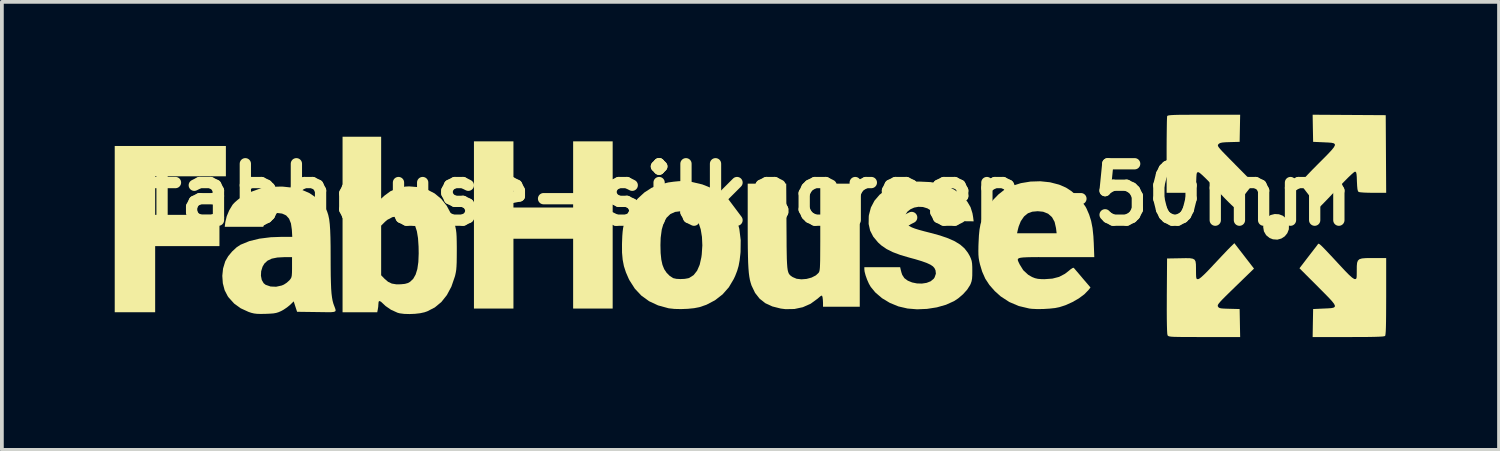
<source format=kicad_pcb>
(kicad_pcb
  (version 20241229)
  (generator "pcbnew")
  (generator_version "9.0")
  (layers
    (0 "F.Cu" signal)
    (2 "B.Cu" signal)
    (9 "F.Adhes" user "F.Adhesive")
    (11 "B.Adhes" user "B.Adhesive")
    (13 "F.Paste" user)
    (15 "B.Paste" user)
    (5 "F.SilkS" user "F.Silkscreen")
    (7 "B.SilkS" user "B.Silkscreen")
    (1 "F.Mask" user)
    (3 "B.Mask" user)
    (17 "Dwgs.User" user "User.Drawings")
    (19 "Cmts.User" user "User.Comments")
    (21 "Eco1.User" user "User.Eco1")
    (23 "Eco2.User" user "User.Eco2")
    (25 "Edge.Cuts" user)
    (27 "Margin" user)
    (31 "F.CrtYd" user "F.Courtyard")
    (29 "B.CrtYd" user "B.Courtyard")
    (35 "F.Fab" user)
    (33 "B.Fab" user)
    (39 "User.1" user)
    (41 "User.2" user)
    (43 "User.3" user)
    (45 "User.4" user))
  (footprint "fabhouse-silkscreen-50mm"
    (layer "F.Cu")
    (at 16.901 2.125)
    (property "Reference" "fabhouse-silkscreen-50mm" (at 0 0 0) (layer "F.SilkS") (effects (font (size 1.5 1.5) (thickness 0.3))))
    (attr board_only exclude_from_pos_files exclude_from_bom)
    (fp_poly (pts (xy -13.946 -0.891) (xy -13.946 -0.488) (xy -14.886 -0.488) (xy -15.826 -0.488) (xy -15.826 0.024) (xy -15.826 0.537) (xy -14.971 0.537) (xy -14.117 0.537) (xy -14.117 0.953) (xy -14.117 1.368) (xy -14.971 1.368) (xy -15.826 1.368) (xy -15.826 2.247) (xy -15.826 3.126) (xy -16.363 3.126) (xy -16.901 3.126) (xy -16.901 0.916) (xy -16.901 -1.294) (xy -15.423 -1.294) (xy -13.946 -1.294)) (stroke (width 0) (type solid)) (fill yes) (layer "F.SilkS"))
    (fp_poly (pts (xy 14.049 0.521) (xy 14.153 0.56) (xy 14.24 0.632) (xy 14.277 0.688) (xy 14.316 0.808) (xy 14.313 0.922) (xy 14.273 1.024) (xy 14.205 1.108) (xy 14.114 1.167) (xy 14.007 1.196) (xy 13.89 1.187) (xy 13.801 1.152) (xy 13.709 1.077) (xy 13.651 0.976) (xy 13.631 0.858) (xy 13.651 0.736) (xy 13.667 0.694) (xy 13.735 0.602) (xy 13.829 0.542) (xy 13.937 0.515)) (stroke (width 0) (type solid)) (fill yes) (layer "F.SilkS"))
    (fp_poly (pts (xy -6.301 -0.537) (xy -6.301 0.342) (xy -5.507 0.342) (xy -4.714 0.342) (xy -4.714 -0.537) (xy -4.714 -1.417) (xy -4.189 -1.417) (xy -3.663 -1.417) (xy -3.663 0.806) (xy -3.663 3.028) (xy -4.189 3.028) (xy -4.714 3.028) (xy -4.714 2.1) (xy -4.714 1.172) (xy -5.507 1.172) (xy -6.301 1.172) (xy -6.301 2.1) (xy -6.301 3.028) (xy -6.826 3.028) (xy -7.351 3.028) (xy -7.351 0.806) (xy -7.351 -1.417) (xy -6.826 -1.417) (xy -6.301 -1.417)) (stroke (width 0) (type solid)) (fill yes) (layer "F.SilkS"))
    (fp_poly (pts (xy 15.917 -2.119) (xy 16.889 -2.113) (xy 16.895 -1.081) (xy 16.901 -0.049) (xy 16.553 -0.049) (xy 16.425 -0.051) (xy 16.313 -0.055) (xy 16.226 -0.062) (xy 16.175 -0.07) (xy 16.168 -0.073) (xy 16.15 -0.097) (xy 16.137 -0.147) (xy 16.129 -0.232) (xy 16.123 -0.353) (xy 16.119 -0.469) (xy 16.113 -0.543) (xy 16.104 -0.586) (xy 16.09 -0.606) (xy 16.07 -0.611) (xy 16.041 -0.593) (xy 15.982 -0.542) (xy 15.898 -0.463) (xy 15.793 -0.357) (xy 15.67 -0.229) (xy 15.58 -0.134) (xy 15.461 -0.008) (xy 15.353 0.106) (xy 15.26 0.202) (xy 15.187 0.277) (xy 15.137 0.325) (xy 15.117 0.342) (xy 15.097 0.324) (xy 15.053 0.273) (xy 14.99 0.197) (xy 14.915 0.102) (xy 14.869 0.043) (xy 14.788 -0.063) (xy 14.716 -0.157) (xy 14.66 -0.231) (xy 14.626 -0.278) (xy 14.618 -0.29) (xy 14.624 -0.313) (xy 14.658 -0.36) (xy 14.721 -0.433) (xy 14.815 -0.534) (xy 14.941 -0.665) (xy 15.084 -0.809) (xy 15.239 -0.964) (xy 15.361 -1.088) (xy 15.45 -1.184) (xy 15.509 -1.257) (xy 15.537 -1.309) (xy 15.536 -1.344) (xy 15.506 -1.366) (xy 15.449 -1.379) (xy 15.365 -1.386) (xy 15.256 -1.391) (xy 15.237 -1.392) (xy 14.959 -1.404) (xy 14.952 -1.765) (xy 14.946 -2.125)) (stroke (width 0) (type solid)) (fill yes) (layer "F.SilkS"))
    (fp_poly (pts (xy 13.126 1.628) (xy 13.387 1.966) (xy 12.894 2.444) (xy 12.749 2.585) (xy 12.636 2.696) (xy 12.551 2.781) (xy 12.491 2.845) (xy 12.452 2.892) (xy 12.43 2.925) (xy 12.423 2.949) (xy 12.425 2.967) (xy 12.429 2.974) (xy 12.445 2.997) (xy 12.47 3.013) (xy 12.513 3.023) (xy 12.584 3.029) (xy 12.692 3.033) (xy 12.731 3.034) (xy 13.005 3.041) (xy 13.012 3.413) (xy 13.019 3.786) (xy 12.066 3.786) (xy 11.826 3.785) (xy 11.629 3.785) (xy 11.472 3.784) (xy 11.35 3.782) (xy 11.258 3.78) (xy 11.192 3.776) (xy 11.147 3.77) (xy 11.119 3.763) (xy 11.102 3.754) (xy 11.092 3.743) (xy 11.089 3.738) (xy 11.081 3.698) (xy 11.076 3.611) (xy 11.072 3.475) (xy 11.069 3.291) (xy 11.068 3.06) (xy 11.069 2.783) (xy 11.069 2.694) (xy 11.076 1.697) (xy 11.421 1.691) (xy 11.574 1.688) (xy 11.685 1.69) (xy 11.761 1.703) (xy 11.808 1.73) (xy 11.833 1.777) (xy 11.843 1.849) (xy 11.845 1.952) (xy 11.845 2.004) (xy 11.846 2.115) (xy 11.849 2.185) (xy 11.856 2.225) (xy 11.87 2.242) (xy 11.892 2.247) (xy 11.9 2.247) (xy 11.932 2.234) (xy 11.984 2.195) (xy 12.058 2.127) (xy 12.158 2.027) (xy 12.286 1.892) (xy 12.302 1.874) (xy 12.414 1.755) (xy 12.522 1.64) (xy 12.619 1.538) (xy 12.698 1.455) (xy 12.752 1.401) (xy 12.756 1.396) (xy 12.865 1.29)) (stroke (width 0) (type solid)) (fill yes) (layer "F.SilkS"))
    (fp_poly (pts (xy 15.116 1.308) (xy 15.139 1.324) (xy 15.173 1.353) (xy 15.222 1.401) (xy 15.288 1.469) (xy 15.375 1.561) (xy 15.486 1.679) (xy 15.623 1.827) (xy 15.791 2.007) (xy 15.801 2.018) (xy 15.909 2.128) (xy 15.992 2.203) (xy 16.049 2.24) (xy 16.064 2.244) (xy 16.09 2.243) (xy 16.106 2.231) (xy 16.115 2.199) (xy 16.118 2.137) (xy 16.119 2.038) (xy 16.119 2.015) (xy 16.12 1.898) (xy 16.128 1.812) (xy 16.149 1.754) (xy 16.19 1.716) (xy 16.257 1.696) (xy 16.357 1.687) (xy 16.497 1.685) (xy 16.559 1.685) (xy 16.901 1.685) (xy 16.901 2.706) (xy 16.9 2.975) (xy 16.899 3.199) (xy 16.897 3.38) (xy 16.894 3.521) (xy 16.89 3.627) (xy 16.884 3.699) (xy 16.878 3.742) (xy 16.871 3.756) (xy 16.85 3.764) (xy 16.8 3.771) (xy 16.72 3.776) (xy 16.605 3.78) (xy 16.452 3.783) (xy 16.259 3.785) (xy 16.022 3.785) (xy 15.894 3.786) (xy 14.946 3.786) (xy 14.952 3.413) (xy 14.959 3.041) (xy 15.237 3.028) (xy 15.35 3.023) (xy 15.438 3.017) (xy 15.499 3.005) (xy 15.533 2.984) (xy 15.538 2.951) (xy 15.515 2.902) (xy 15.461 2.833) (xy 15.377 2.741) (xy 15.26 2.622) (xy 15.11 2.471) (xy 15.083 2.444) (xy 14.596 1.957) (xy 14.814 1.672) (xy 14.895 1.567) (xy 14.969 1.471) (xy 15.028 1.395) (xy 15.066 1.345) (xy 15.073 1.335) (xy 15.083 1.321) (xy 15.091 1.31) (xy 15.101 1.305)) (stroke (width 0) (type solid)) (fill yes) (layer "F.SilkS"))
    (fp_poly (pts (xy 0.958 0.849) (xy 0.96 1.126) (xy 0.961 1.359) (xy 0.964 1.551) (xy 0.967 1.707) (xy 0.973 1.832) (xy 0.98 1.929) (xy 0.99 2.004) (xy 1.004 2.059) (xy 1.021 2.1) (xy 1.043 2.13) (xy 1.069 2.155) (xy 1.101 2.177) (xy 1.121 2.191) (xy 1.227 2.236) (xy 1.355 2.251) (xy 1.493 2.24) (xy 1.626 2.204) (xy 1.739 2.146) (xy 1.807 2.083) (xy 1.819 2.067) (xy 1.828 2.048) (xy 1.836 2.021) (xy 1.842 1.982) (xy 1.847 1.927) (xy 1.85 1.851) (xy 1.853 1.75) (xy 1.854 1.62) (xy 1.855 1.457) (xy 1.856 1.255) (xy 1.856 1.012) (xy 1.856 0.864) (xy 1.856 -0.293) (xy 2.381 -0.293) (xy 2.906 -0.293) (xy 2.906 1.343) (xy 2.906 2.98) (xy 2.418 2.98) (xy 1.929 2.98) (xy 1.929 2.876) (xy 1.925 2.796) (xy 1.917 2.729) (xy 1.914 2.717) (xy 1.904 2.69) (xy 1.888 2.684) (xy 1.856 2.704) (xy 1.8 2.752) (xy 1.784 2.766) (xy 1.6 2.9) (xy 1.393 2.992) (xy 1.169 3.04) (xy 0.931 3.044) (xy 0.806 3.028) (xy 0.583 2.972) (xy 0.396 2.886) (xy 0.244 2.766) (xy 0.123 2.612) (xy 0.031 2.42) (xy 0.028 2.413) (xy 0.006 2.344) (xy -0.014 2.269) (xy -0.03 2.182) (xy -0.043 2.081) (xy -0.053 1.959) (xy -0.061 1.812) (xy -0.066 1.637) (xy -0.07 1.427) (xy -0.072 1.18) (xy -0.073 0.889) (xy -0.073 0.788) (xy -0.073 -0.293) (xy 0.439 -0.293) (xy 0.951 -0.293)) (stroke (width 0) (type solid)) (fill yes) (layer "F.SilkS"))
    (fp_poly (pts (xy 13.012 -1.765) (xy 13.005 -1.404) (xy 12.746 -1.397) (xy 12.626 -1.393) (xy 12.546 -1.386) (xy 12.494 -1.375) (xy 12.46 -1.358) (xy 12.442 -1.342) (xy 12.431 -1.327) (xy 12.426 -1.31) (xy 12.432 -1.288) (xy 12.452 -1.256) (xy 12.489 -1.211) (xy 12.547 -1.147) (xy 12.63 -1.062) (xy 12.739 -0.95) (xy 12.88 -0.808) (xy 12.888 -0.799) (xy 13.378 -0.305) (xy 13.131 0.01) (xy 13.046 0.117) (xy 12.971 0.209) (xy 12.911 0.279) (xy 12.871 0.323) (xy 12.859 0.333) (xy 12.836 0.318) (xy 12.785 0.271) (xy 12.71 0.198) (xy 12.616 0.103) (xy 12.508 -0.01) (xy 12.395 -0.129) (xy 12.238 -0.295) (xy 12.11 -0.426) (xy 12.012 -0.52) (xy 11.944 -0.578) (xy 11.908 -0.598) (xy 11.907 -0.598) (xy 11.884 -0.595) (xy 11.869 -0.578) (xy 11.86 -0.54) (xy 11.855 -0.471) (xy 11.851 -0.362) (xy 11.85 -0.356) (xy 11.845 -0.249) (xy 11.836 -0.159) (xy 11.824 -0.098) (xy 11.817 -0.081) (xy 11.791 -0.067) (xy 11.736 -0.058) (xy 11.647 -0.052) (xy 11.517 -0.049) (xy 11.427 -0.049) (xy 11.064 -0.049) (xy 11.064 -1.048) (xy 11.064 -1.266) (xy 11.065 -1.469) (xy 11.067 -1.652) (xy 11.069 -1.81) (xy 11.071 -1.937) (xy 11.074 -2.029) (xy 11.077 -2.079) (xy 11.078 -2.086) (xy 11.086 -2.096) (xy 11.105 -2.104) (xy 11.139 -2.11) (xy 11.193 -2.115) (xy 11.27 -2.119) (xy 11.376 -2.122) (xy 11.515 -2.123) (xy 11.692 -2.124) (xy 11.91 -2.125) (xy 12.056 -2.125) (xy 13.019 -2.125)) (stroke (width 0) (type solid)) (fill yes) (layer "F.SilkS"))
    (fp_poly (pts (xy -9.818 -0.716) (xy -9.818 0.107) (xy -9.739 0.033) (xy -9.573 -0.09) (xy -9.381 -0.173) (xy -9.171 -0.215) (xy -9.072 -0.22) (xy -8.821 -0.199) (xy -8.595 -0.136) (xy -8.395 -0.032) (xy -8.221 0.112) (xy -8.074 0.297) (xy -7.954 0.522) (xy -7.862 0.787) (xy -7.86 0.794) (xy -7.842 0.868) (xy -7.828 0.939) (xy -7.818 1.018) (xy -7.812 1.113) (xy -7.809 1.233) (xy -7.807 1.388) (xy -7.807 1.49) (xy -7.808 1.667) (xy -7.81 1.805) (xy -7.815 1.912) (xy -7.822 1.998) (xy -7.834 2.072) (xy -7.849 2.142) (xy -7.86 2.182) (xy -7.951 2.446) (xy -8.071 2.67) (xy -8.217 2.854) (xy -8.391 2.998) (xy -8.591 3.101) (xy -8.666 3.127) (xy -8.78 3.152) (xy -8.918 3.168) (xy -9.065 3.174) (xy -9.205 3.17) (xy -9.322 3.155) (xy -9.38 3.14) (xy -9.558 3.059) (xy -9.7 2.961) (xy -9.755 2.909) (xy -9.821 2.848) (xy -9.863 2.827) (xy -9.885 2.846) (xy -9.891 2.905) (xy -9.896 2.981) (xy -9.907 3.05) (xy -9.922 3.126) (xy -10.383 3.126) (xy -10.844 3.126) (xy -10.844 2.143) (xy -9.818 2.143) (xy -9.725 2.239) (xy -9.634 2.317) (xy -9.535 2.364) (xy -9.416 2.384) (xy -9.299 2.383) (xy -9.187 2.372) (xy -9.105 2.349) (xy -9.049 2.317) (xy -8.966 2.238) (xy -8.902 2.126) (xy -8.856 1.978) (xy -8.829 1.791) (xy -8.82 1.563) (xy -8.823 1.382) (xy -8.838 1.156) (xy -8.868 0.974) (xy -8.914 0.831) (xy -8.977 0.723) (xy -9.061 0.647) (xy -9.167 0.597) (xy -9.205 0.587) (xy -9.368 0.57) (xy -9.521 0.599) (xy -9.657 0.671) (xy -9.714 0.72) (xy -9.818 0.824) (xy -9.818 1.484) (xy -9.818 2.143) (xy -10.844 2.143) (xy -10.844 0.794) (xy -10.844 -1.539) (xy -10.331 -1.539) (xy -9.818 -1.539)) (stroke (width 0) (type solid)) (fill yes) (layer "F.SilkS"))
    (fp_poly (pts (xy -1.701 -0.358) (xy -1.595 -0.344) (xy -1.551 -0.336) (xy -1.28 -0.272) (xy -1.046 -0.178) (xy -0.845 -0.052) (xy -0.675 0.107) (xy -0.635 0.153) (xy -0.485 0.378) (xy -0.371 0.631) (xy -0.296 0.91) (xy -0.259 1.209) (xy -0.263 1.524) (xy -0.268 1.575) (xy -0.288 1.75) (xy -0.315 1.895) (xy -0.353 2.025) (xy -0.406 2.161) (xy -0.445 2.244) (xy -0.575 2.463) (xy -0.742 2.652) (xy -0.943 2.808) (xy -1.172 2.928) (xy -1.357 2.991) (xy -1.497 3.018) (xy -1.666 3.035) (xy -1.846 3.042) (xy -2.019 3.038) (xy -2.167 3.022) (xy -2.186 3.018) (xy -2.456 2.944) (xy -2.694 2.833) (xy -2.9 2.684) (xy -3.073 2.5) (xy -3.215 2.278) (xy -3.237 2.235) (xy -3.311 2.065) (xy -3.364 1.901) (xy -3.397 1.731) (xy -3.414 1.542) (xy -3.415 1.341) (xy -2.393 1.341) (xy -2.388 1.553) (xy -2.37 1.726) (xy -2.34 1.864) (xy -2.295 1.977) (xy -2.295 1.978) (xy -2.229 2.077) (xy -2.144 2.162) (xy -2.055 2.218) (xy -2.052 2.22) (xy -1.969 2.238) (xy -1.862 2.244) (xy -1.749 2.239) (xy -1.654 2.222) (xy -1.627 2.213) (xy -1.511 2.139) (xy -1.419 2.023) (xy -1.35 1.865) (xy -1.305 1.665) (xy -1.295 1.591) (xy -1.279 1.349) (xy -1.289 1.124) (xy -1.322 0.923) (xy -1.378 0.751) (xy -1.455 0.615) (xy -1.506 0.557) (xy -1.593 0.491) (xy -1.692 0.454) (xy -1.818 0.44) (xy -1.852 0.44) (xy -2.003 0.459) (xy -2.129 0.516) (xy -2.23 0.613) (xy -2.306 0.75) (xy -2.358 0.928) (xy -2.387 1.147) (xy -2.393 1.341) (xy -3.415 1.341) (xy -3.415 1.322) (xy -3.413 1.247) (xy -3.407 1.097) (xy -3.398 0.983) (xy -3.386 0.89) (xy -3.368 0.807) (xy -3.342 0.72) (xy -3.329 0.681) (xy -3.255 0.491) (xy -3.174 0.334) (xy -3.076 0.195) (xy -2.993 0.101) (xy -2.821 -0.057) (xy -2.633 -0.179) (xy -2.423 -0.266) (xy -2.183 -0.325) (xy -2.038 -0.345) (xy -1.903 -0.358) (xy -1.797 -0.362)) (stroke (width 0) (type solid)) (fill yes) (layer "F.SilkS"))
    (fp_poly (pts (xy 7.964 -0.329) (xy 8.207 -0.266) (xy 8.389 -0.187) (xy 8.531 -0.095) (xy 8.673 0.029) (xy 8.802 0.171) (xy 8.905 0.315) (xy 8.933 0.366) (xy 9.004 0.529) (xy 9.057 0.698) (xy 9.094 0.887) (xy 9.117 1.105) (xy 9.127 1.288) (xy 9.141 1.661) (xy 8.124 1.661) (xy 7.868 1.661) (xy 7.657 1.66) (xy 7.487 1.661) (xy 7.354 1.664) (xy 7.254 1.669) (xy 7.183 1.677) (xy 7.138 1.689) (xy 7.113 1.707) (xy 7.106 1.73) (xy 7.113 1.759) (xy 7.129 1.796) (xy 7.151 1.841) (xy 7.158 1.856) (xy 7.253 2.009) (xy 7.384 2.13) (xy 7.486 2.189) (xy 7.563 2.22) (xy 7.642 2.238) (xy 7.74 2.246) (xy 7.817 2.247) (xy 8.027 2.232) (xy 8.205 2.186) (xy 8.36 2.105) (xy 8.452 2.034) (xy 8.516 1.981) (xy 8.567 1.949) (xy 8.594 1.944) (xy 8.594 1.944) (xy 8.616 1.97) (xy 8.664 2.026) (xy 8.73 2.103) (xy 8.808 2.195) (xy 8.826 2.217) (xy 9.04 2.467) (xy 8.983 2.54) (xy 8.875 2.65) (xy 8.73 2.758) (xy 8.559 2.856) (xy 8.375 2.939) (xy 8.217 2.99) (xy 8.1 3.014) (xy 7.95 3.03) (xy 7.786 3.04) (xy 7.624 3.042) (xy 7.48 3.035) (xy 7.413 3.027) (xy 7.135 2.961) (xy 6.882 2.854) (xy 6.652 2.704) (xy 6.497 2.565) (xy 6.353 2.402) (xy 6.243 2.234) (xy 6.16 2.046) (xy 6.102 1.853) (xy 6.082 1.766) (xy 6.068 1.685) (xy 6.061 1.6) (xy 6.059 1.497) (xy 6.061 1.364) (xy 6.064 1.284) (xy 6.074 1.087) (xy 6.08 1.026) (xy 7.088 1.026) (xy 7.614 1.026) (xy 8.14 1.026) (xy 8.123 0.887) (xy 8.086 0.724) (xy 8.016 0.597) (xy 7.914 0.507) (xy 7.781 0.454) (xy 7.638 0.44) (xy 7.492 0.453) (xy 7.377 0.495) (xy 7.283 0.571) (xy 7.267 0.589) (xy 7.187 0.706) (xy 7.132 0.844) (xy 7.11 0.926) (xy 7.088 1.026) (xy 6.08 1.026) (xy 6.09 0.927) (xy 6.115 0.79) (xy 6.152 0.663) (xy 6.203 0.535) (xy 6.247 0.441) (xy 6.34 0.284) (xy 6.461 0.129) (xy 6.597 -0.01) (xy 6.734 -0.117) (xy 6.736 -0.119) (xy 6.95 -0.23) (xy 7.19 -0.306) (xy 7.446 -0.348) (xy 7.707 -0.356)) (stroke (width 0) (type solid)) (fill yes) (layer "F.SilkS"))
    (fp_poly (pts (xy 4.785 -0.334) (xy 5.028 -0.294) (xy 5.24 -0.225) (xy 5.428 -0.126) (xy 5.598 0.005) (xy 5.644 0.048) (xy 5.767 0.189) (xy 5.851 0.332) (xy 5.902 0.494) (xy 5.919 0.593) (xy 5.934 0.709) (xy 5.416 0.703) (xy 4.898 0.696) (xy 4.883 0.611) (xy 4.852 0.499) (xy 4.797 0.422) (xy 4.707 0.366) (xy 4.706 0.365) (xy 4.585 0.328) (xy 4.465 0.323) (xy 4.352 0.344) (xy 4.253 0.389) (xy 4.174 0.451) (xy 4.121 0.528) (xy 4.099 0.613) (xy 4.116 0.703) (xy 4.154 0.767) (xy 4.19 0.806) (xy 4.234 0.84) (xy 4.292 0.871) (xy 4.372 0.902) (xy 4.481 0.936) (xy 4.624 0.975) (xy 4.777 1.014) (xy 5.038 1.085) (xy 5.255 1.16) (xy 5.433 1.24) (xy 5.577 1.329) (xy 5.691 1.429) (xy 5.78 1.544) (xy 5.83 1.631) (xy 5.861 1.7) (xy 5.881 1.762) (xy 5.892 1.83) (xy 5.897 1.92) (xy 5.898 2.027) (xy 5.897 2.15) (xy 5.891 2.237) (xy 5.878 2.304) (xy 5.857 2.365) (xy 5.838 2.406) (xy 5.761 2.526) (xy 5.651 2.648) (xy 5.522 2.758) (xy 5.411 2.831) (xy 5.199 2.927) (xy 4.956 2.996) (xy 4.695 3.037) (xy 4.429 3.048) (xy 4.176 3.027) (xy 3.934 2.971) (xy 3.705 2.877) (xy 3.497 2.752) (xy 3.319 2.599) (xy 3.198 2.452) (xy 3.149 2.367) (xy 3.101 2.259) (xy 3.061 2.147) (xy 3.035 2.048) (xy 3.028 1.991) (xy 3.028 1.929) (xy 3.504 1.929) (xy 3.98 1.929) (xy 3.995 1.997) (xy 4.015 2.073) (xy 4.035 2.132) (xy 4.092 2.22) (xy 4.183 2.287) (xy 4.298 2.334) (xy 4.426 2.36) (xy 4.558 2.364) (xy 4.683 2.345) (xy 4.791 2.303) (xy 4.872 2.236) (xy 4.896 2.199) (xy 4.93 2.101) (xy 4.92 2.011) (xy 4.892 1.952) (xy 4.852 1.907) (xy 4.785 1.862) (xy 4.687 1.816) (xy 4.552 1.768) (xy 4.377 1.715) (xy 4.225 1.674) (xy 3.984 1.603) (xy 3.784 1.528) (xy 3.62 1.446) (xy 3.483 1.352) (xy 3.394 1.272) (xy 3.264 1.116) (xy 3.181 0.954) (xy 3.142 0.779) (xy 3.145 0.584) (xy 3.149 0.545) (xy 3.202 0.342) (xy 3.297 0.161) (xy 3.433 0.002) (xy 3.609 -0.131) (xy 3.823 -0.239) (xy 4.03 -0.307) (xy 4.138 -0.329) (xy 4.267 -0.342) (xy 4.43 -0.347) (xy 4.506 -0.347)) (stroke (width 0) (type solid)) (fill yes) (layer "F.SilkS"))
    (fp_poly (pts (xy -12.426 -0.213) (xy -12.157 -0.184) (xy -11.924 -0.127) (xy -11.722 -0.04) (xy -11.548 0.079) (xy -11.476 0.146) (xy -11.404 0.221) (xy -11.343 0.293) (xy -11.294 0.367) (xy -11.254 0.448) (xy -11.224 0.541) (xy -11.2 0.652) (xy -11.184 0.785) (xy -11.173 0.947) (xy -11.166 1.142) (xy -11.162 1.375) (xy -11.161 1.651) (xy -11.161 1.661) (xy -11.16 1.93) (xy -11.158 2.156) (xy -11.153 2.344) (xy -11.147 2.498) (xy -11.138 2.624) (xy -11.125 2.728) (xy -11.11 2.814) (xy -11.091 2.888) (xy -11.074 2.936) (xy -11.05 2.999) (xy -11.033 3.047) (xy -11.028 3.081) (xy -11.041 3.104) (xy -11.078 3.117) (xy -11.142 3.124) (xy -11.241 3.125) (xy -11.379 3.123) (xy -11.531 3.121) (xy -12.053 3.114) (xy -12.098 2.976) (xy -12.143 2.837) (xy -12.24 2.932) (xy -12.32 2.997) (xy -12.417 3.062) (xy -12.476 3.094) (xy -12.544 3.124) (xy -12.608 3.144) (xy -12.681 3.157) (xy -12.777 3.164) (xy -12.895 3.169) (xy -13.025 3.171) (xy -13.12 3.168) (xy -13.196 3.159) (xy -13.268 3.142) (xy -13.343 3.117) (xy -13.552 3.021) (xy -13.725 2.896) (xy -13.871 2.735) (xy -13.897 2.699) (xy -13.979 2.54) (xy -14.027 2.357) (xy -14.041 2.161) (xy -14.041 2.157) (xy -13.014 2.157) (xy -12.992 2.267) (xy -12.942 2.354) (xy -12.889 2.397) (xy -12.757 2.442) (xy -12.61 2.448) (xy -12.463 2.416) (xy -12.404 2.391) (xy -12.327 2.341) (xy -12.257 2.277) (xy -12.251 2.271) (xy -12.223 2.234) (xy -12.204 2.197) (xy -12.194 2.149) (xy -12.189 2.079) (xy -12.187 1.975) (xy -12.187 1.928) (xy -12.187 1.661) (xy -12.389 1.661) (xy -12.577 1.671) (xy -12.726 1.701) (xy -12.839 1.755) (xy -12.923 1.833) (xy -12.971 1.915) (xy -13.008 2.036) (xy -13.014 2.157) (xy -14.041 2.157) (xy -14.021 1.964) (xy -13.965 1.779) (xy -13.958 1.763) (xy -13.884 1.636) (xy -13.78 1.511) (xy -13.663 1.402) (xy -13.556 1.331) (xy -13.324 1.236) (xy -13.055 1.17) (xy -12.751 1.132) (xy -12.495 1.123) (xy -12.181 1.123) (xy -12.192 0.931) (xy -12.216 0.765) (xy -12.266 0.639) (xy -12.344 0.552) (xy -12.451 0.503) (xy -12.573 0.488) (xy -12.714 0.506) (xy -12.823 0.56) (xy -12.897 0.647) (xy -12.936 0.763) (xy -12.95 0.855) (xy -13.463 0.855) (xy -13.976 0.855) (xy -13.96 0.727) (xy -13.923 0.573) (xy -13.856 0.414) (xy -13.77 0.272) (xy -13.758 0.256) (xy -13.703 0.199) (xy -13.623 0.13) (xy -13.534 0.064) (xy -13.527 0.06) (xy -13.294 -0.07) (xy -13.044 -0.159) (xy -12.772 -0.207) (xy -12.475 -0.215)) (stroke (width 0) (type solid)) (fill yes) (layer "F.SilkS")))
  (gr_rect
    (start -3 -3)
    (end 36.802 8.911)
    (stroke (width 0.1) (type default))
    (fill no)
    (layer "Edge.Cuts")))
</source>
